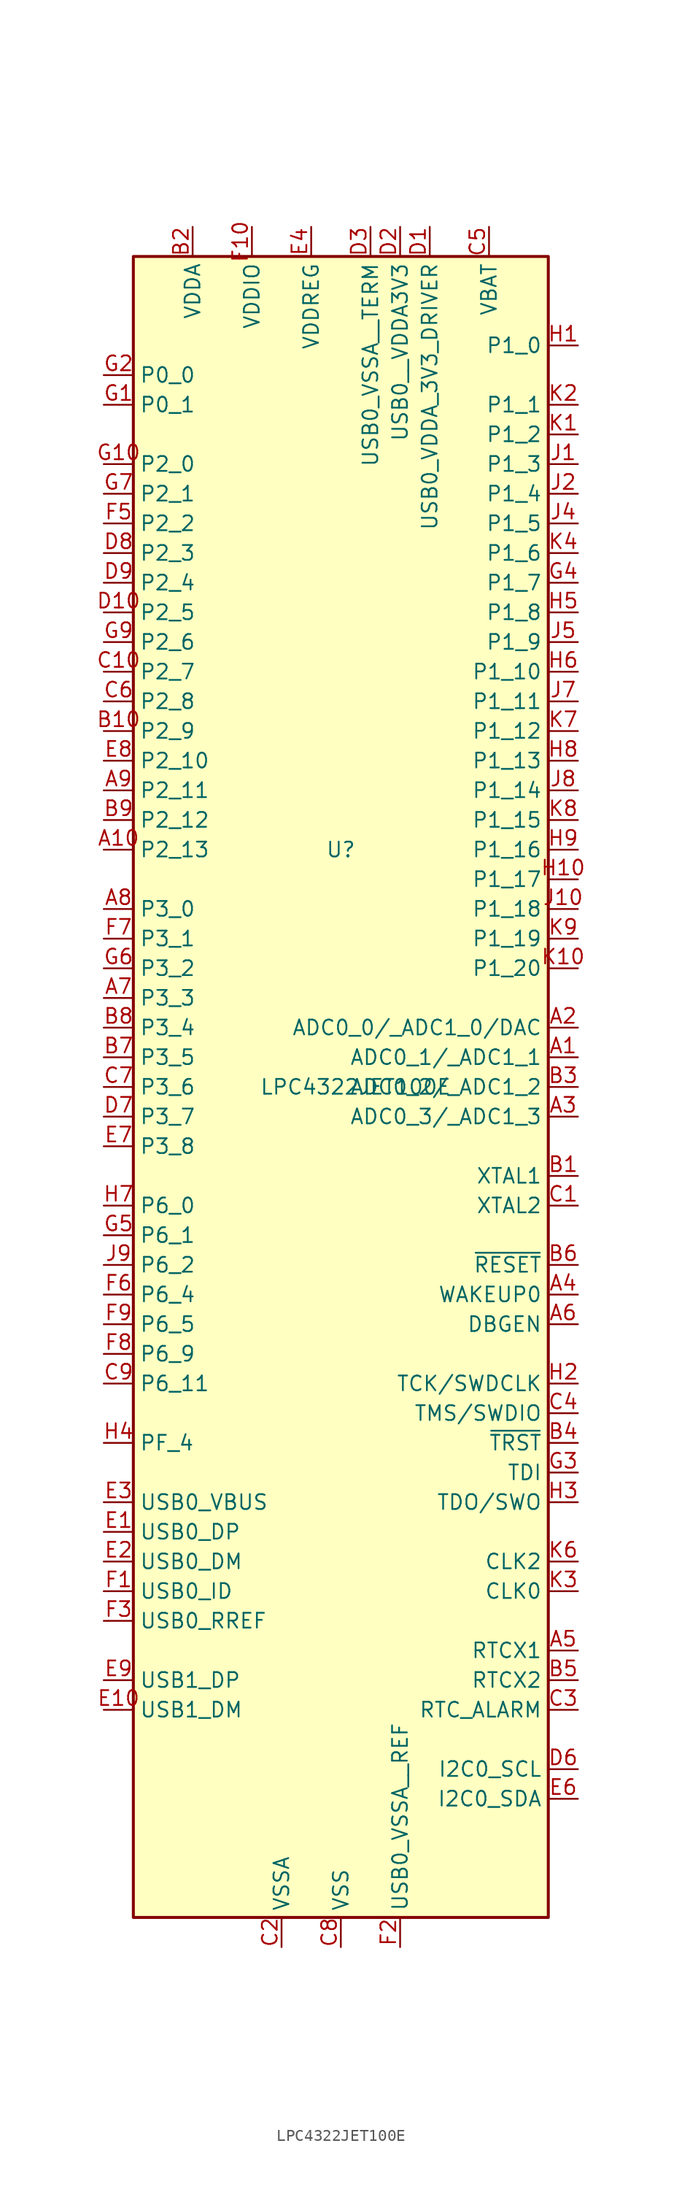
<source format=kicad_sym>
(kicad_symbol_lib
  (version 20231120)
  (generator "kicad_symbol_editor")
  (generator_version "8.0")
  (symbol "LPC4322JET100E"
    (property "Reference" "U"
      (at 0 20.32 0)
      (effects (font (size 1.27 1.27))))
    (property "Value" "LPC4322JET100E"
      (at 1.27 0 0)
      (effects (font (size 1.27 1.27))))
    (symbol "LPC4322JET100E_1_1"
      (rectangle (start -17.78 71.12) (end 17.78 -71.12) (stroke (width 0.254) (type default)) (fill (type background)))
      (pin bidirectional line (at 20.32 2.54 180) (length 2.54) (name "ADC0_1/_ADC1_1" (effects (font (size 1.27 1.27)))) (number "A1" (effects (font (size 1.27 1.27)))))
      (pin bidirectional line (at -20.32 20.32 0) (length 2.54) (name "P2_13" (effects (font (size 1.27 1.27)))) (number "A10" (effects (font (size 1.27 1.27)))))
      (pin bidirectional line (at 20.32 5.08 180) (length 2.54) (name "ADC0_0/_ADC1_0/DAC" (effects (font (size 1.27 1.27)))) (number "A2" (effects (font (size 1.27 1.27)))))
      (pin bidirectional line (at 20.32 -2.54 180) (length 2.54) (name "ADC0_3/_ADC1_3" (effects (font (size 1.27 1.27)))) (number "A3" (effects (font (size 1.27 1.27)))))
      (pin bidirectional line (at 20.32 -17.78 180) (length 2.54) (name "WAKEUP0" (effects (font (size 1.27 1.27)))) (number "A4" (effects (font (size 1.27 1.27)))))
      (pin bidirectional line (at 20.32 -48.26 180) (length 2.54) (name "RTCX1" (effects (font (size 1.27 1.27)))) (number "A5" (effects (font (size 1.27 1.27)))))
      (pin bidirectional line (at 20.32 -20.32 180) (length 2.54) (name "DBGEN" (effects (font (size 1.27 1.27)))) (number "A6" (effects (font (size 1.27 1.27)))))
      (pin bidirectional line (at -20.32 7.62 0) (length 2.54) (name "P3_3" (effects (font (size 1.27 1.27)))) (number "A7" (effects (font (size 1.27 1.27)))))
      (pin bidirectional line (at -20.32 15.24 0) (length 2.54) (name "P3_0" (effects (font (size 1.27 1.27)))) (number "A8" (effects (font (size 1.27 1.27)))))
      (pin bidirectional line (at -20.32 25.4 0) (length 2.54) (name "P2_11" (effects (font (size 1.27 1.27)))) (number "A9" (effects (font (size 1.27 1.27)))))
      (pin bidirectional line (at 20.32 -7.62 180) (length 2.54) (name "XTAL1" (effects (font (size 1.27 1.27)))) (number "B1" (effects (font (size 1.27 1.27)))))
      (pin bidirectional line (at -20.32 30.48 0) (length 2.54) (name "P2_9" (effects (font (size 1.27 1.27)))) (number "B10" (effects (font (size 1.27 1.27)))))
      (pin power_in line (at -12.7 73.66 270) (length 2.54) (name "VDDA" (effects (font (size 1.27 1.27)))) (number "B2" (effects (font (size 1.27 1.27)))))
      (pin bidirectional line (at 20.32 0 180) (length 2.54) (name "ADC0_2/_ADC1_2" (effects (font (size 1.27 1.27)))) (number "B3" (effects (font (size 1.27 1.27)))))
      (pin bidirectional line (at 20.32 -30.48 180) (length 2.54) (name "~{TRST}" (effects (font (size 1.27 1.27)))) (number "B4" (effects (font (size 1.27 1.27)))))
      (pin bidirectional line (at 20.32 -50.8 180) (length 2.54) (name "RTCX2" (effects (font (size 1.27 1.27)))) (number "B5" (effects (font (size 1.27 1.27)))))
      (pin bidirectional line (at 20.32 -15.24 180) (length 2.54) (name "~{RESET}" (effects (font (size 1.27 1.27)))) (number "B6" (effects (font (size 1.27 1.27)))))
      (pin bidirectional line (at -20.32 2.54 0) (length 2.54) (name "P3_5" (effects (font (size 1.27 1.27)))) (number "B7" (effects (font (size 1.27 1.27)))))
      (pin bidirectional line (at -20.32 5.08 0) (length 2.54) (name "P3_4" (effects (font (size 1.27 1.27)))) (number "B8" (effects (font (size 1.27 1.27)))))
      (pin bidirectional line (at -20.32 22.86 0) (length 2.54) (name "P2_12" (effects (font (size 1.27 1.27)))) (number "B9" (effects (font (size 1.27 1.27)))))
      (pin bidirectional line (at 20.32 -10.16 180) (length 2.54) (name "XTAL2" (effects (font (size 1.27 1.27)))) (number "C1" (effects (font (size 1.27 1.27)))))
      (pin bidirectional line (at -20.32 35.56 0) (length 2.54) (name "P2_7" (effects (font (size 1.27 1.27)))) (number "C10" (effects (font (size 1.27 1.27)))))
      (pin power_in line (at -5.08 -73.66 90) (length 2.54) (name "VSSA" (effects (font (size 1.27 1.27)))) (number "C2" (effects (font (size 1.27 1.27)))))
      (pin bidirectional line (at 20.32 -53.34 180) (length 2.54) (name "RTC_ALARM" (effects (font (size 1.27 1.27)))) (number "C3" (effects (font (size 1.27 1.27)))))
      (pin bidirectional line (at 20.32 -27.94 180) (length 2.54) (name "TMS/SWDIO" (effects (font (size 1.27 1.27)))) (number "C4" (effects (font (size 1.27 1.27)))))
      (pin power_in line (at 12.7 73.66 270) (length 2.54) (name "VBAT" (effects (font (size 1.27 1.27)))) (number "C5" (effects (font (size 1.27 1.27)))))
      (pin bidirectional line (at -20.32 33.02 0) (length 2.54) (name "P2_8" (effects (font (size 1.27 1.27)))) (number "C6" (effects (font (size 1.27 1.27)))))
      (pin bidirectional line (at -20.32 0 0) (length 2.54) (name "P3_6" (effects (font (size 1.27 1.27)))) (number "C7" (effects (font (size 1.27 1.27)))))
      (pin power_in line (at 0 -73.66 90) (length 2.54) (name "VSS" (effects (font (size 1.27 1.27)))) (number "C8" (effects (font (size 1.27 1.27)))))
      (pin bidirectional line (at -20.32 -25.4 0) (length 2.54) (name "P6_11" (effects (font (size 1.27 1.27)))) (number "C9" (effects (font (size 1.27 1.27)))))
      (pin power_in line (at 7.62 73.66 270) (length 2.54) (name "USB0_VDDA_3V3_DRIVER" (effects (font (size 1.27 1.27)))) (number "D1" (effects (font (size 1.27 1.27)))))
      (pin bidirectional line (at -20.32 40.64 0) (length 2.54) (name "P2_5" (effects (font (size 1.27 1.27)))) (number "D10" (effects (font (size 1.27 1.27)))))
      (pin power_in line (at 5.08 73.66 270) (length 2.54) (name "USB0__VDDA3V3" (effects (font (size 1.27 1.27)))) (number "D2" (effects (font (size 1.27 1.27)))))
      (pin power_in line (at 2.54 73.66 270) (length 2.54) (name "USB0_VSSA__TERM" (effects (font (size 1.27 1.27)))) (number "D3" (effects (font (size 1.27 1.27)))))
      (pin passive line (at 0 -73.66 90) (length 2.54) hide (name "VSS" (effects (font (size 1.27 1.27)))) (number "D4" (effects (font (size 1.27 1.27)))))
      (pin passive line (at 0 -73.66 90) (length 2.54) hide (name "VSS" (effects (font (size 1.27 1.27)))) (number "D5" (effects (font (size 1.27 1.27)))))
      (pin bidirectional line (at 20.32 -58.42 180) (length 2.54) (name "I2C0_SCL" (effects (font (size 1.27 1.27)))) (number "D6" (effects (font (size 1.27 1.27)))))
      (pin bidirectional line (at -20.32 -2.54 0) (length 2.54) (name "P3_7" (effects (font (size 1.27 1.27)))) (number "D7" (effects (font (size 1.27 1.27)))))
      (pin bidirectional line (at -20.32 45.72 0) (length 2.54) (name "P2_3" (effects (font (size 1.27 1.27)))) (number "D8" (effects (font (size 1.27 1.27)))))
      (pin bidirectional line (at -20.32 43.18 0) (length 2.54) (name "P2_4" (effects (font (size 1.27 1.27)))) (number "D9" (effects (font (size 1.27 1.27)))))
      (pin bidirectional line (at -20.32 -38.1 0) (length 2.54) (name "USB0_DP" (effects (font (size 1.27 1.27)))) (number "E1" (effects (font (size 1.27 1.27)))))
      (pin bidirectional line (at -20.32 -53.34 0) (length 2.54) (name "USB1_DM" (effects (font (size 1.27 1.27)))) (number "E10" (effects (font (size 1.27 1.27)))))
      (pin bidirectional line (at -20.32 -40.64 0) (length 2.54) (name "USB0_DM" (effects (font (size 1.27 1.27)))) (number "E2" (effects (font (size 1.27 1.27)))))
      (pin bidirectional line (at -20.32 -35.56 0) (length 2.54) (name "USB0_VBUS" (effects (font (size 1.27 1.27)))) (number "E3" (effects (font (size 1.27 1.27)))))
      (pin power_in line (at -2.54 73.66 270) (length 2.54) (name "VDDREG" (effects (font (size 1.27 1.27)))) (number "E4" (effects (font (size 1.27 1.27)))))
      (pin passive line (at -2.54 73.66 270) (length 2.54) hide (name "VDDREG" (effects (font (size 1.27 1.27)))) (number "E5" (effects (font (size 1.27 1.27)))))
      (pin bidirectional line (at 20.32 -60.96 180) (length 2.54) (name "I2C0_SDA" (effects (font (size 1.27 1.27)))) (number "E6" (effects (font (size 1.27 1.27)))))
      (pin bidirectional line (at -20.32 -5.08 0) (length 2.54) (name "P3_8" (effects (font (size 1.27 1.27)))) (number "E7" (effects (font (size 1.27 1.27)))))
      (pin bidirectional line (at -20.32 27.94 0) (length 2.54) (name "P2_10" (effects (font (size 1.27 1.27)))) (number "E8" (effects (font (size 1.27 1.27)))))
      (pin bidirectional line (at -20.32 -50.8 0) (length 2.54) (name "USB1_DP" (effects (font (size 1.27 1.27)))) (number "E9" (effects (font (size 1.27 1.27)))))
      (pin bidirectional line (at -20.32 -43.18 0) (length 2.54) (name "USB0_ID" (effects (font (size 1.27 1.27)))) (number "F1" (effects (font (size 1.27 1.27)))))
      (pin power_in line (at -7.62 73.66 270) (length 2.54) (name "VDDIO" (effects (font (size 1.27 1.27)))) (number "F10" (effects (font (size 1.27 1.27)))))
      (pin power_in line (at 5.08 -73.66 90) (length 2.54) (name "USB0_VSSA__REF" (effects (font (size 1.27 1.27)))) (number "F2" (effects (font (size 1.27 1.27)))))
      (pin bidirectional line (at -20.32 -45.72 0) (length 2.54) (name "USB0_RREF" (effects (font (size 1.27 1.27)))) (number "F3" (effects (font (size 1.27 1.27)))))
      (pin passive line (at -2.54 73.66 270) (length 2.54) hide (name "VDDREG" (effects (font (size 1.27 1.27)))) (number "F4" (effects (font (size 1.27 1.27)))))
      (pin bidirectional line (at -20.32 48.26 0) (length 2.54) (name "P2_2" (effects (font (size 1.27 1.27)))) (number "F5" (effects (font (size 1.27 1.27)))))
      (pin bidirectional line (at -20.32 -17.78 0) (length 2.54) (name "P6_4" (effects (font (size 1.27 1.27)))) (number "F6" (effects (font (size 1.27 1.27)))))
      (pin bidirectional line (at -20.32 12.7 0) (length 2.54) (name "P3_1" (effects (font (size 1.27 1.27)))) (number "F7" (effects (font (size 1.27 1.27)))))
      (pin bidirectional line (at -20.32 -22.86 0) (length 2.54) (name "P6_9" (effects (font (size 1.27 1.27)))) (number "F8" (effects (font (size 1.27 1.27)))))
      (pin bidirectional line (at -20.32 -20.32 0) (length 2.54) (name "P6_5" (effects (font (size 1.27 1.27)))) (number "F9" (effects (font (size 1.27 1.27)))))
      (pin bidirectional line (at -20.32 58.42 0) (length 2.54) (name "P0_1" (effects (font (size 1.27 1.27)))) (number "G1" (effects (font (size 1.27 1.27)))))
      (pin bidirectional line (at -20.32 53.34 0) (length 2.54) (name "P2_0" (effects (font (size 1.27 1.27)))) (number "G10" (effects (font (size 1.27 1.27)))))
      (pin bidirectional line (at -20.32 60.96 0) (length 2.54) (name "P0_0" (effects (font (size 1.27 1.27)))) (number "G2" (effects (font (size 1.27 1.27)))))
      (pin bidirectional line (at 20.32 -33.02 180) (length 2.54) (name "TDI" (effects (font (size 1.27 1.27)))) (number "G3" (effects (font (size 1.27 1.27)))))
      (pin bidirectional line (at 20.32 43.18 180) (length 2.54) (name "P1_7" (effects (font (size 1.27 1.27)))) (number "G4" (effects (font (size 1.27 1.27)))))
      (pin bidirectional line (at -20.32 -12.7 0) (length 2.54) (name "P6_1" (effects (font (size 1.27 1.27)))) (number "G5" (effects (font (size 1.27 1.27)))))
      (pin bidirectional line (at -20.32 10.16 0) (length 2.54) (name "P3_2" (effects (font (size 1.27 1.27)))) (number "G6" (effects (font (size 1.27 1.27)))))
      (pin bidirectional line (at -20.32 50.8 0) (length 2.54) (name "P2_1" (effects (font (size 1.27 1.27)))) (number "G7" (effects (font (size 1.27 1.27)))))
      (pin passive line (at 0 -73.66 90) (length 2.54) hide (name "VSS" (effects (font (size 1.27 1.27)))) (number "G8" (effects (font (size 1.27 1.27)))))
      (pin bidirectional line (at -20.32 38.1 0) (length 2.54) (name "P2_6" (effects (font (size 1.27 1.27)))) (number "G9" (effects (font (size 1.27 1.27)))))
      (pin bidirectional line (at 20.32 63.5 180) (length 2.54) (name "P1_0" (effects (font (size 1.27 1.27)))) (number "H1" (effects (font (size 1.27 1.27)))))
      (pin bidirectional line (at 20.32 17.78 180) (length 2.54) (name "P1_17" (effects (font (size 1.27 1.27)))) (number "H10" (effects (font (size 1.27 1.27)))))
      (pin bidirectional line (at 20.32 -25.4 180) (length 2.54) (name "TCK/SWDCLK" (effects (font (size 1.27 1.27)))) (number "H2" (effects (font (size 1.27 1.27)))))
      (pin bidirectional line (at 20.32 -35.56 180) (length 2.54) (name "TDO/SWO" (effects (font (size 1.27 1.27)))) (number "H3" (effects (font (size 1.27 1.27)))))
      (pin bidirectional line (at -20.32 -30.48 0) (length 2.54) (name "PF_4" (effects (font (size 1.27 1.27)))) (number "H4" (effects (font (size 1.27 1.27)))))
      (pin bidirectional line (at 20.32 40.64 180) (length 2.54) (name "P1_8" (effects (font (size 1.27 1.27)))) (number "H5" (effects (font (size 1.27 1.27)))))
      (pin bidirectional line (at 20.32 35.56 180) (length 2.54) (name "P1_10" (effects (font (size 1.27 1.27)))) (number "H6" (effects (font (size 1.27 1.27)))))
      (pin bidirectional line (at -20.32 -10.16 0) (length 2.54) (name "P6_0" (effects (font (size 1.27 1.27)))) (number "H7" (effects (font (size 1.27 1.27)))))
      (pin bidirectional line (at 20.32 27.94 180) (length 2.54) (name "P1_13" (effects (font (size 1.27 1.27)))) (number "H8" (effects (font (size 1.27 1.27)))))
      (pin bidirectional line (at 20.32 20.32 180) (length 2.54) (name "P1_16" (effects (font (size 1.27 1.27)))) (number "H9" (effects (font (size 1.27 1.27)))))
      (pin bidirectional line (at 20.32 53.34 180) (length 2.54) (name "P1_3" (effects (font (size 1.27 1.27)))) (number "J1" (effects (font (size 1.27 1.27)))))
      (pin bidirectional line (at 20.32 15.24 180) (length 2.54) (name "P1_18" (effects (font (size 1.27 1.27)))) (number "J10" (effects (font (size 1.27 1.27)))))
      (pin bidirectional line (at 20.32 50.8 180) (length 2.54) (name "P1_4" (effects (font (size 1.27 1.27)))) (number "J2" (effects (font (size 1.27 1.27)))))
      (pin passive line (at 0 -73.66 90) (length 2.54) hide (name "VSS" (effects (font (size 1.27 1.27)))) (number "J3" (effects (font (size 1.27 1.27)))))
      (pin bidirectional line (at 20.32 48.26 180) (length 2.54) (name "P1_5" (effects (font (size 1.27 1.27)))) (number "J4" (effects (font (size 1.27 1.27)))))
      (pin bidirectional line (at 20.32 38.1 180) (length 2.54) (name "P1_9" (effects (font (size 1.27 1.27)))) (number "J5" (effects (font (size 1.27 1.27)))))
      (pin passive line (at 0 -73.66 90) (length 2.54) hide (name "VSS" (effects (font (size 1.27 1.27)))) (number "J6" (effects (font (size 1.27 1.27)))))
      (pin bidirectional line (at 20.32 33.02 180) (length 2.54) (name "P1_11" (effects (font (size 1.27 1.27)))) (number "J7" (effects (font (size 1.27 1.27)))))
      (pin bidirectional line (at 20.32 25.4 180) (length 2.54) (name "P1_14" (effects (font (size 1.27 1.27)))) (number "J8" (effects (font (size 1.27 1.27)))))
      (pin bidirectional line (at -20.32 -15.24 0) (length 2.54) (name "P6_2" (effects (font (size 1.27 1.27)))) (number "J9" (effects (font (size 1.27 1.27)))))
      (pin bidirectional line (at 20.32 55.88 180) (length 2.54) (name "P1_2" (effects (font (size 1.27 1.27)))) (number "K1" (effects (font (size 1.27 1.27)))))
      (pin bidirectional line (at 20.32 10.16 180) (length 2.54) (name "P1_20" (effects (font (size 1.27 1.27)))) (number "K10" (effects (font (size 1.27 1.27)))))
      (pin bidirectional line (at 20.32 58.42 180) (length 2.54) (name "P1_1" (effects (font (size 1.27 1.27)))) (number "K2" (effects (font (size 1.27 1.27)))))
      (pin bidirectional line (at 20.32 -43.18 180) (length 2.54) (name "CLK0" (effects (font (size 1.27 1.27)))) (number "K3" (effects (font (size 1.27 1.27)))))
      (pin bidirectional line (at 20.32 45.72 180) (length 2.54) (name "P1_6" (effects (font (size 1.27 1.27)))) (number "K4" (effects (font (size 1.27 1.27)))))
      (pin passive line (at -7.62 73.66 270) (length 2.54) hide (name "VDDIO" (effects (font (size 1.27 1.27)))) (number "K5" (effects (font (size 1.27 1.27)))))
      (pin bidirectional line (at 20.32 -40.64 180) (length 2.54) (name "CLK2" (effects (font (size 1.27 1.27)))) (number "K6" (effects (font (size 1.27 1.27)))))
      (pin bidirectional line (at 20.32 30.48 180) (length 2.54) (name "P1_12" (effects (font (size 1.27 1.27)))) (number "K7" (effects (font (size 1.27 1.27)))))
      (pin bidirectional line (at 20.32 22.86 180) (length 2.54) (name "P1_15" (effects (font (size 1.27 1.27)))) (number "K8" (effects (font (size 1.27 1.27)))))
      (pin bidirectional line (at 20.32 12.7 180) (length 2.54) (name "P1_19" (effects (font (size 1.27 1.27)))) (number "K9" (effects (font (size 1.27 1.27))))))))
</source>
